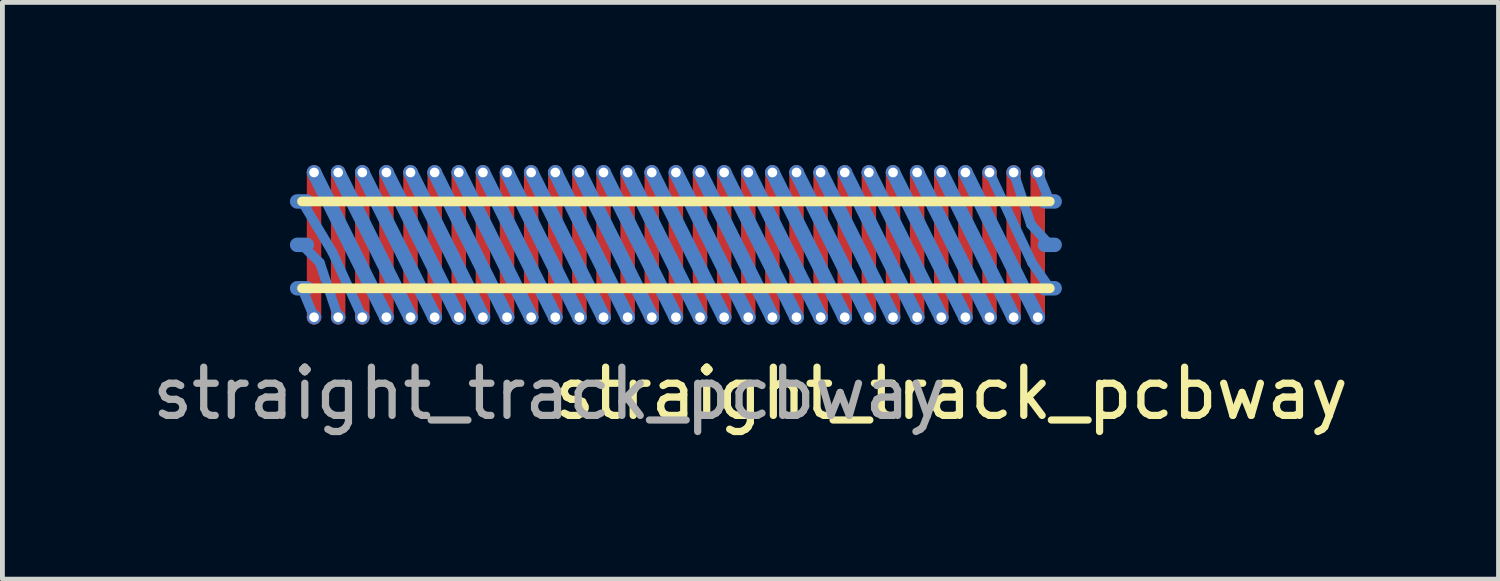
<source format=kicad_pcb>
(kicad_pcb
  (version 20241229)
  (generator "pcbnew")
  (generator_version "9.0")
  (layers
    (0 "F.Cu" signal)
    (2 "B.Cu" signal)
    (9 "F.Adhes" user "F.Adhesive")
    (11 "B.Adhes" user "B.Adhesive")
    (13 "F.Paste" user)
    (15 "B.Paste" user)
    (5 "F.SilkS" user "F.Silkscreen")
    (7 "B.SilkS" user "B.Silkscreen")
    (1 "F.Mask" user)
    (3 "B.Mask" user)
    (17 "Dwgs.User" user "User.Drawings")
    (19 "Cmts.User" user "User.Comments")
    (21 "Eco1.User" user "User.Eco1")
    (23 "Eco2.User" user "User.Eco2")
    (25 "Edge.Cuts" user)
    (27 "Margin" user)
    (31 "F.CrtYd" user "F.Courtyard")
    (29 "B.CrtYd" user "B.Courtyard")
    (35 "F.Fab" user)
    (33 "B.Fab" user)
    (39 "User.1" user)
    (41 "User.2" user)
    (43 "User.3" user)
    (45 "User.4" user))
  (footprint "straight_track_pcbway"
    (layer "F.Cu")
    (at 10.959 2.025)
    (property "Reference" "straight_track_pcbway" (at 5.71 3.08 0) (unlocked yes) (layer "F.SilkS") (effects (font (size 1 1) (thickness 0.15))))
    (attr smd)
    (fp_line (start -7.5 -1.5) (end -7.5 1.5) (stroke (width 0.3) (type solid)) (layer "F.Cu"))
    (fp_line (start -7 -1.5) (end -7 1.5) (stroke (width 0.3) (type solid)) (layer "F.Cu"))
    (fp_line (start -6.5 -1.5) (end -6.5 1.5) (stroke (width 0.3) (type solid)) (layer "F.Cu"))
    (fp_line (start -6 -1.5) (end -6 1.5) (stroke (width 0.3) (type solid)) (layer "F.Cu"))
    (fp_line (start -5.5 -1.5) (end -5.5 1.5) (stroke (width 0.3) (type solid)) (layer "F.Cu"))
    (fp_line (start -5 -1.5) (end -5 1.5) (stroke (width 0.3) (type solid)) (layer "F.Cu"))
    (fp_line (start -4.5 -1.5) (end -4.5 1.5) (stroke (width 0.3) (type solid)) (layer "F.Cu"))
    (fp_line (start -4 -1.5) (end -4 1.5) (stroke (width 0.3) (type solid)) (layer "F.Cu"))
    (fp_line (start -3.5 -1.5) (end -3.5 1.5) (stroke (width 0.3) (type solid)) (layer "F.Cu"))
    (fp_line (start -3 -1.5) (end -3 1.5) (stroke (width 0.3) (type solid)) (layer "F.Cu"))
    (fp_line (start -2.5 -1.5) (end -2.5 1.5) (stroke (width 0.3) (type solid)) (layer "F.Cu"))
    (fp_line (start -2 -1.5) (end -2 1.5) (stroke (width 0.3) (type solid)) (layer "F.Cu"))
    (fp_line (start -1.5 -1.5) (end -1.5 1.5) (stroke (width 0.3) (type solid)) (layer "F.Cu"))
    (fp_line (start -1 -1.5) (end -1 1.5) (stroke (width 0.3) (type solid)) (layer "F.Cu"))
    (fp_line (start -0.5 -1.5) (end -0.5 1.5) (stroke (width 0.3) (type solid)) (layer "F.Cu"))
    (fp_line (start 0 -1.5) (end 0 1.5) (stroke (width 0.3) (type solid)) (layer "F.Cu"))
    (fp_line (start 0.5 -1.5) (end 0.5 1.5) (stroke (width 0.3) (type solid)) (layer "F.Cu"))
    (fp_line (start 1 -1.5) (end 1 1.5) (stroke (width 0.3) (type solid)) (layer "F.Cu"))
    (fp_line (start 1.5 -1.5) (end 1.5 1.5) (stroke (width 0.3) (type solid)) (layer "F.Cu"))
    (fp_line (start 2 -1.5) (end 2 1.5) (stroke (width 0.3) (type solid)) (layer "F.Cu"))
    (fp_line (start 2.5 -1.5) (end 2.5 1.5) (stroke (width 0.3) (type solid)) (layer "F.Cu"))
    (fp_line (start 3 -1.5) (end 3 1.5) (stroke (width 0.3) (type solid)) (layer "F.Cu"))
    (fp_line (start 3.5 -1.5) (end 3.5 1.5) (stroke (width 0.3) (type solid)) (layer "F.Cu"))
    (fp_line (start 4 -1.5) (end 4 1.5) (stroke (width 0.3) (type solid)) (layer "F.Cu"))
    (fp_line (start 4.5 -1.5) (end 4.5 1.5) (stroke (width 0.3) (type solid)) (layer "F.Cu"))
    (fp_line (start 5 -1.5) (end 5 1.5) (stroke (width 0.3) (type solid)) (layer "F.Cu"))
    (fp_line (start 5.5 -1.5) (end 5.5 1.5) (stroke (width 0.3) (type solid)) (layer "F.Cu"))
    (fp_line (start 6 -1.5) (end 6 1.5) (stroke (width 0.3) (type solid)) (layer "F.Cu"))
    (fp_line (start 6.5 -1.5) (end 6.5 1.5) (stroke (width 0.3) (type solid)) (layer "F.Cu"))
    (fp_line (start 7 -1.5) (end 7 1.5) (stroke (width 0.3) (type solid)) (layer "F.Cu"))
    (fp_line (start 7.5 -1.5) (end 7.5 1.5) (stroke (width 0.3) (type solid)) (layer "F.Cu"))
    (fp_line (start -7.75 -0.9) (end -7.12 0.15) (stroke (width 0.2) (type default)) (layer "B.Cu"))
    (fp_line (start -7.75 0.9) (end -7.5 1.5) (stroke (width 0.2) (type default)) (layer "B.Cu"))
    (fp_line (start -7.5 -1.5) (end -6 1.5) (stroke (width 0.3) (type solid)) (layer "B.Cu"))
    (fp_line (start -7.38 0.37) (end -7.75 0) (stroke (width 0.2) (type default)) (layer "B.Cu"))
    (fp_line (start -7.12 0.15) (end -6.5 1.5) (stroke (width 0.2) (type default)) (layer "B.Cu"))
    (fp_line (start -7 -1.5) (end -5.5 1.5) (stroke (width 0.3) (type solid)) (layer "B.Cu"))
    (fp_line (start -7 1.5) (end -7.38 0.37) (stroke (width 0.2) (type default)) (layer "B.Cu"))
    (fp_line (start -6.5 -1.5) (end -5 1.5) (stroke (width 0.3) (type solid)) (layer "B.Cu"))
    (fp_line (start -6 -1.5) (end -4.5 1.5) (stroke (width 0.3) (type solid)) (layer "B.Cu"))
    (fp_line (start -5.5 -1.5) (end -4 1.5) (stroke (width 0.3) (type solid)) (layer "B.Cu"))
    (fp_line (start -5 -1.5) (end -3.5 1.5) (stroke (width 0.3) (type solid)) (layer "B.Cu"))
    (fp_line (start -4.5 -1.5) (end -3 1.5) (stroke (width 0.3) (type solid)) (layer "B.Cu"))
    (fp_line (start -4 -1.5) (end -2.5 1.5) (stroke (width 0.3) (type solid)) (layer "B.Cu"))
    (fp_line (start -3.5 -1.5) (end -2 1.5) (stroke (width 0.3) (type solid)) (layer "B.Cu"))
    (fp_line (start -3 -1.5) (end -1.5 1.5) (stroke (width 0.3) (type solid)) (layer "B.Cu"))
    (fp_line (start -2.5 -1.5) (end -1 1.5) (stroke (width 0.3) (type solid)) (layer "B.Cu"))
    (fp_line (start -2 -1.5) (end -0.5 1.5) (stroke (width 0.3) (type solid)) (layer "B.Cu"))
    (fp_line (start -1.5 -1.5) (end 0 1.5) (stroke (width 0.3) (type solid)) (layer "B.Cu"))
    (fp_line (start -1 -1.5) (end 0.5 1.5) (stroke (width 0.3) (type solid)) (layer "B.Cu"))
    (fp_line (start -0.5 -1.5) (end 1 1.5) (stroke (width 0.3) (type solid)) (layer "B.Cu"))
    (fp_line (start 0 -1.5) (end 1.5 1.5) (stroke (width 0.3) (type solid)) (layer "B.Cu"))
    (fp_line (start 0.5 -1.5) (end 2 1.5) (stroke (width 0.3) (type solid)) (layer "B.Cu"))
    (fp_line (start 1 -1.5) (end 2.5 1.5) (stroke (width 0.3) (type solid)) (layer "B.Cu"))
    (fp_line (start 1.5 -1.5) (end 3 1.5) (stroke (width 0.3) (type solid)) (layer "B.Cu"))
    (fp_line (start 2 -1.5) (end 3.5 1.5) (stroke (width 0.3) (type solid)) (layer "B.Cu"))
    (fp_line (start 2.5 -1.5) (end 4 1.5) (stroke (width 0.3) (type solid)) (layer "B.Cu"))
    (fp_line (start 3 -1.5) (end 4.5 1.5) (stroke (width 0.3) (type solid)) (layer "B.Cu"))
    (fp_line (start 3.5 -1.5) (end 5 1.5) (stroke (width 0.3) (type solid)) (layer "B.Cu"))
    (fp_line (start 4 -1.5) (end 5.5 1.5) (stroke (width 0.3) (type solid)) (layer "B.Cu"))
    (fp_line (start 4.5 -1.5) (end 6 1.5) (stroke (width 0.3) (type solid)) (layer "B.Cu"))
    (fp_line (start 5 -1.5) (end 6.5 1.5) (stroke (width 0.3) (type solid)) (layer "B.Cu"))
    (fp_line (start 5.5 -1.5) (end 7 1.5) (stroke (width 0.3) (type solid)) (layer "B.Cu"))
    (fp_line (start 6 -1.5) (end 7.5 1.5) (stroke (width 0.3) (type solid)) (layer "B.Cu"))
    (fp_line (start 6.5 -1.5) (end 7.38 0.37) (stroke (width 0.2) (type default)) (layer "B.Cu"))
    (fp_line (start 7 -1.5) (end 7.36 -0.42) (stroke (width 0.2) (type default)) (layer "B.Cu"))
    (fp_line (start 7.36 -0.42) (end 7.75 0) (stroke (width 0.2) (type default)) (layer "B.Cu"))
    (fp_line (start 7.38 0.37) (end 7.75 0.9) (stroke (width 0.2) (type default)) (layer "B.Cu"))
    (fp_line (start 7.5 -1.5) (end 7.75 -0.9) (stroke (width 0.2) (type default)) (layer "B.Cu"))
    (fp_line (start -7.75 -0.9) (end 7.75 -0.9) (stroke (width 0.2) (type solid)) (layer "F.SilkS"))
    (fp_line (start -7.75 0.9) (end 7.75 0.9) (stroke (width 0.2) (type solid)) (layer "F.SilkS"))
    (fp_rect (start -7.75 -2) (end 7.75 2) (stroke (width 0.05) (type solid)) (fill no) (layer "User.1"))
    (fp_line (start -9 -1.5) (end -7.5 1.5) (stroke (width 0.3) (type solid)) (layer "User.4"))
    (fp_line (start -8.5 -1.5) (end -7 1.5) (stroke (width 0.3) (type solid)) (layer "User.4"))
    (fp_line (start -8 -1.5) (end -6.5 1.5) (stroke (width 0.3) (type solid)) (layer "User.4"))
    (fp_line (start 6.5 -1.5) (end 8 1.5) (stroke (width 0.3) (type solid)) (layer "User.4"))
    (fp_line (start 7 -1.5) (end 8.5 1.5) (stroke (width 0.3) (type solid)) (layer "User.4"))
    (fp_line (start 7.5 -1.5) (end 9 1.5) (stroke (width 0.3) (type solid)) (layer "User.4"))
    (fp_text user "${REFERENCE}" (at -2.62 3.08 0) (unlocked yes) (layer "F.Fab") (effects (font (size 1 1) (thickness 0.15))))
    (pad "1" smd oval (at -7.75 -0.9 90) (size 0.3 0.5) (layers "B.Cu" "B.Mask" "B.Paste"))
    (pad "1" smd oval (at -7.75 0 90) (size 0.3 0.5) (layers "B.Cu" "B.Mask" "B.Paste"))
    (pad "1" smd oval (at -7.75 0.9 90) (size 0.3 0.5) (layers "B.Cu" "B.Mask" "B.Paste"))
    (pad "1" thru_hole circle (at -7.5 -1.5) (size 0.3 0.3) (drill 0.2) (layers "*.Cu"))
    (pad "1" thru_hole circle (at -7.5 1.5) (size 0.3 0.3) (drill 0.2) (layers "*.Cu"))
    (pad "1" thru_hole circle (at -7 -1.5) (size 0.3 0.3) (drill 0.2) (layers "*.Cu"))
    (pad "1" thru_hole circle (at -7 1.5) (size 0.3 0.3) (drill 0.2) (layers "*.Cu"))
    (pad "1" thru_hole circle (at -6.5 -1.5) (size 0.3 0.3) (drill 0.2) (layers "*.Cu"))
    (pad "1" thru_hole circle (at -6.5 1.5) (size 0.3 0.3) (drill 0.2) (layers "*.Cu"))
    (pad "1" thru_hole circle (at -6 -1.5) (size 0.3 0.3) (drill 0.2) (layers "*.Cu"))
    (pad "1" thru_hole circle (at -6 1.5) (size 0.3 0.3) (drill 0.2) (layers "*.Cu"))
    (pad "1" thru_hole circle (at -5.5 -1.5) (size 0.3 0.3) (drill 0.2) (layers "*.Cu"))
    (pad "1" thru_hole circle (at -5.5 1.5) (size 0.3 0.3) (drill 0.2) (layers "*.Cu"))
    (pad "1" thru_hole circle (at -5 -1.5) (size 0.3 0.3) (drill 0.2) (layers "*.Cu"))
    (pad "1" thru_hole circle (at -5 1.5) (size 0.3 0.3) (drill 0.2) (layers "*.Cu"))
    (pad "1" thru_hole circle (at -4.5 -1.5) (size 0.3 0.3) (drill 0.2) (layers "*.Cu"))
    (pad "1" thru_hole circle (at -4.5 1.5) (size 0.3 0.3) (drill 0.2) (layers "*.Cu"))
    (pad "1" thru_hole circle (at -4 -1.5) (size 0.3 0.3) (drill 0.2) (layers "*.Cu"))
    (pad "1" thru_hole circle (at -4 1.5) (size 0.3 0.3) (drill 0.2) (layers "*.Cu"))
    (pad "1" thru_hole circle (at -3.5 -1.5) (size 0.3 0.3) (drill 0.2) (layers "*.Cu"))
    (pad "1" thru_hole circle (at -3.5 1.5) (size 0.3 0.3) (drill 0.2) (layers "*.Cu"))
    (pad "1" thru_hole circle (at -3 -1.5) (size 0.3 0.3) (drill 0.2) (layers "*.Cu"))
    (pad "1" thru_hole circle (at -3 1.5) (size 0.3 0.3) (drill 0.2) (layers "*.Cu"))
    (pad "1" thru_hole circle (at -2.5 -1.5) (size 0.3 0.3) (drill 0.2) (layers "*.Cu"))
    (pad "1" thru_hole circle (at -2.5 1.5) (size 0.3 0.3) (drill 0.2) (layers "*.Cu"))
    (pad "1" thru_hole circle (at -2 -1.5) (size 0.3 0.3) (drill 0.2) (layers "*.Cu"))
    (pad "1" thru_hole circle (at -2 1.5) (size 0.3 0.3) (drill 0.2) (layers "*.Cu"))
    (pad "1" thru_hole circle (at -1.5 -1.5) (size 0.3 0.3) (drill 0.2) (layers "*.Cu"))
    (pad "1" thru_hole circle (at -1.5 1.5) (size 0.3 0.3) (drill 0.2) (layers "*.Cu"))
    (pad "1" thru_hole circle (at -1 -1.5) (size 0.3 0.3) (drill 0.2) (layers "*.Cu"))
    (pad "1" thru_hole circle (at -1 1.5) (size 0.3 0.3) (drill 0.2) (layers "*.Cu"))
    (pad "1" thru_hole circle (at -0.5 -1.5) (size 0.3 0.3) (drill 0.2) (layers "*.Cu"))
    (pad "1" thru_hole circle (at -0.5 1.5) (size 0.3 0.3) (drill 0.2) (layers "*.Cu"))
    (pad "1" thru_hole circle (at 0 -1.5) (size 0.3 0.3) (drill 0.2) (layers "*.Cu"))
    (pad "1" thru_hole circle (at 0 1.5) (size 0.3 0.3) (drill 0.2) (layers "*.Cu"))
    (pad "1" thru_hole circle (at 0.5 -1.5) (size 0.3 0.3) (drill 0.2) (layers "*.Cu"))
    (pad "1" thru_hole circle (at 0.5 1.5) (size 0.3 0.3) (drill 0.2) (layers "*.Cu"))
    (pad "1" thru_hole circle (at 1 -1.5) (size 0.3 0.3) (drill 0.2) (layers "*.Cu"))
    (pad "1" thru_hole circle (at 1 1.5) (size 0.3 0.3) (drill 0.2) (layers "*.Cu"))
    (pad "1" thru_hole circle (at 1.5 -1.5) (size 0.3 0.3) (drill 0.2) (layers "*.Cu"))
    (pad "1" thru_hole circle (at 1.5 1.5) (size 0.3 0.3) (drill 0.2) (layers "*.Cu"))
    (pad "1" thru_hole circle (at 2 -1.5) (size 0.3 0.3) (drill 0.2) (layers "*.Cu"))
    (pad "1" thru_hole circle (at 2 1.5) (size 0.3 0.3) (drill 0.2) (layers "*.Cu"))
    (pad "1" thru_hole circle (at 2.5 -1.5) (size 0.3 0.3) (drill 0.2) (layers "*.Cu"))
    (pad "1" thru_hole circle (at 2.5 1.5) (size 0.3 0.3) (drill 0.2) (layers "*.Cu"))
    (pad "1" thru_hole circle (at 3 -1.5) (size 0.3 0.3) (drill 0.2) (layers "*.Cu"))
    (pad "1" thru_hole circle (at 3 1.5) (size 0.3 0.3) (drill 0.2) (layers "*.Cu"))
    (pad "1" thru_hole circle (at 3.5 -1.5) (size 0.3 0.3) (drill 0.2) (layers "*.Cu"))
    (pad "1" thru_hole circle (at 3.5 1.5) (size 0.3 0.3) (drill 0.2) (layers "*.Cu"))
    (pad "1" thru_hole circle (at 4 -1.5) (size 0.3 0.3) (drill 0.2) (layers "*.Cu"))
    (pad "1" thru_hole circle (at 4 1.5) (size 0.3 0.3) (drill 0.2) (layers "*.Cu"))
    (pad "1" thru_hole circle (at 4.5 -1.5) (size 0.3 0.3) (drill 0.2) (layers "*.Cu"))
    (pad "1" thru_hole circle (at 4.5 1.5) (size 0.3 0.3) (drill 0.2) (layers "*.Cu"))
    (pad "1" thru_hole circle (at 5 -1.5) (size 0.3 0.3) (drill 0.2) (layers "*.Cu"))
    (pad "1" thru_hole circle (at 5 1.5) (size 0.3 0.3) (drill 0.2) (layers "*.Cu"))
    (pad "1" thru_hole circle (at 5.5 -1.5) (size 0.3 0.3) (drill 0.2) (layers "*.Cu"))
    (pad "1" thru_hole circle (at 5.5 1.5) (size 0.3 0.3) (drill 0.2) (layers "*.Cu"))
    (pad "1" thru_hole circle (at 6 -1.5) (size 0.3 0.3) (drill 0.2) (layers "*.Cu"))
    (pad "1" thru_hole circle (at 6 1.5) (size 0.3 0.3) (drill 0.2) (layers "*.Cu"))
    (pad "1" thru_hole circle (at 6.5 -1.5) (size 0.3 0.3) (drill 0.2) (layers "*.Cu"))
    (pad "1" thru_hole circle (at 6.5 1.5) (size 0.3 0.3) (drill 0.2) (layers "*.Cu"))
    (pad "1" thru_hole circle (at 7 -1.5) (size 0.3 0.3) (drill 0.2) (layers "*.Cu"))
    (pad "1" thru_hole circle (at 7 1.5) (size 0.3 0.3) (drill 0.2) (layers "*.Cu"))
    (pad "1" thru_hole circle (at 7.5 -1.5) (size 0.3 0.3) (drill 0.2) (layers "*.Cu"))
    (pad "1" thru_hole circle (at 7.5 1.5) (size 0.3 0.3) (drill 0.2) (layers "*.Cu"))
    (pad "1" smd oval (at 7.75 -0.9 90) (size 0.3 0.5) (layers "B.Cu" "B.Mask" "B.Paste"))
    (pad "1" smd oval (at 7.75 0 90) (size 0.3 0.5) (layers "B.Cu" "B.Mask" "B.Paste"))
    (pad "1" smd oval (at 7.75 0.9 90) (size 0.3 0.5) (layers "B.Cu" "B.Mask" "B.Paste")))
  (gr_rect
    (start -3 -3)
    (end 28.009 8.953)
    (stroke (width 0.1) (type default))
    (fill no)
    (layer "Edge.Cuts")))
</source>
